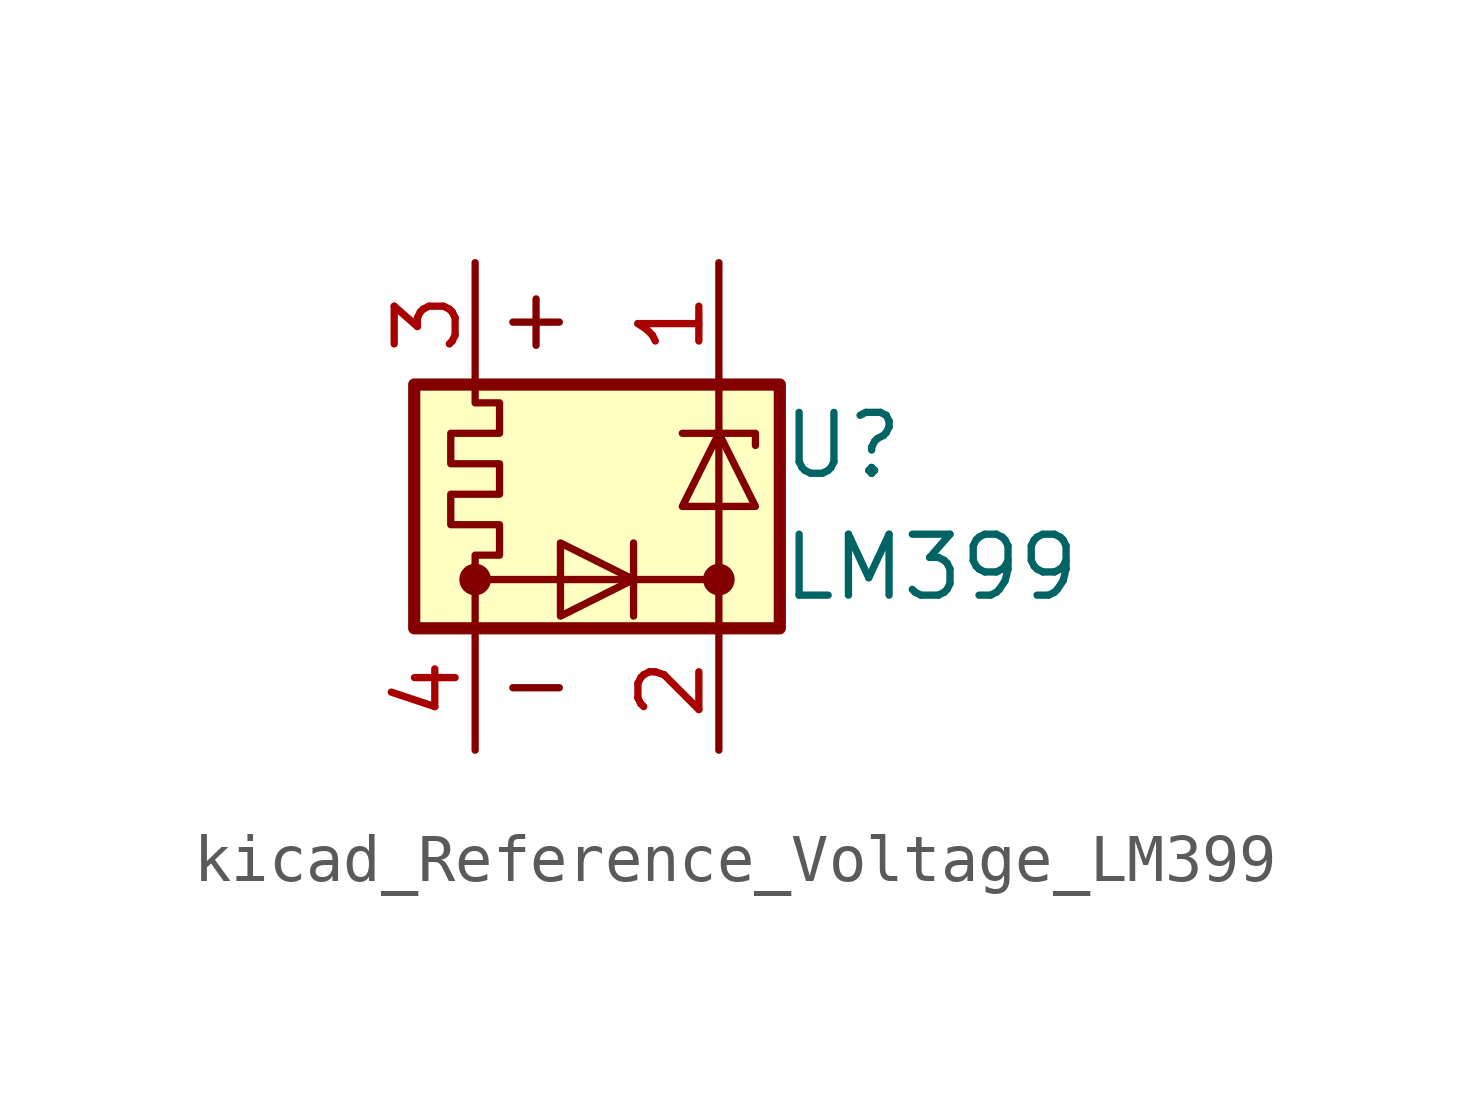
<source format=kicad_sym>
(kicad_symbol_lib
  (version 20220914)
  (generator kicad_symbol_editor)
  (symbol "kicad_Reference_Voltage_LM399"
    (pin_names
      (offset 1.016) hide)
    (property "Reference" "U"
      (at 3.81 1.27 0)
      (effects (font (size 1.27 1.27)) (justify left)))
    (property "Value" "LM399"
      (at 3.81 -1.27 0)
      (effects (font (size 1.27 1.27)) (justify left)))
    (symbol "kicad_Reference_Voltage_LM399_0_0"
      (text "+" (at -1.27 3.937 0) (effects (font (size 1.27 1.27)))))
    (symbol "kicad_Reference_Voltage_LM399_0_1"
      (rectangle (start -3.81 2.54) (end 3.81 -2.54) (stroke (width 0.254) (type default)) (fill (type background)))
      (circle (center -2.54 -1.524) (radius 0.254) (stroke (width 0) (type default)) (fill (type outline)))
      (polyline (pts (xy -2.54 -2.54) (xy -2.54 -1.016) (xy -2.032 -1.016) (xy -2.032 -0.381) (xy -3.048 -0.381) (xy -3.048 0.254) (xy -2.032 0.254) (xy -2.032 0.889) (xy -3.048 0.889) (xy -3.048 1.524) (xy -2.032 1.524) (xy -2.032 2.159) (xy -2.54 2.159) (xy -2.54 2.54)) (stroke (width 0) (type default)) (fill (type none)))
      (circle (center 2.54 -1.524) (radius 0.254) (stroke (width 0) (type default)) (fill (type outline))))
    (symbol "kicad_Reference_Voltage_LM399_1_1"
      (polyline (pts (xy 2.54 -1.524) (xy -2.54 -1.524)) (stroke (width 0) (type default)) (fill (type none)))
      (polyline (pts (xy 2.54 2.54) (xy 2.54 -2.54)) (stroke (width 0) (type default)) (fill (type none)))
      (polyline (pts (xy 0.762 -0.762) (xy 0.762 -1.524) (xy 0.762 -2.286)) (stroke (width 0) (type default)) (fill (type none)))
      (polyline (pts (xy 1.778 1.524) (xy 3.302 1.524) (xy 3.302 1.27)) (stroke (width 0) (type default)) (fill (type none)))
      (polyline (pts (xy -0.762 -0.762) (xy -0.762 -2.286) (xy 0.762 -1.524) (xy -0.762 -0.762)) (stroke (width 0) (type default)) (fill (type none)))
      (polyline (pts (xy 1.778 0) (xy 3.302 0) (xy 2.54 1.524) (xy 1.778 0)) (stroke (width 0) (type default)) (fill (type none)))
      (text "-" (at -1.27 -3.683 0) (effects (font (size 1.27 1.27))))
      (pin passive line (at 2.54 5.08 270) (length 2.54) (name "~" (effects (font (size 1.27 1.27)))) (number "1" (effects (font (size 1.27 1.27)))))
      (pin passive line (at 2.54 -5.08 90) (length 2.54) (name "~" (effects (font (size 1.27 1.27)))) (number "2" (effects (font (size 1.27 1.27)))))
      (pin power_in line (at -2.54 5.08 270) (length 2.54) (name "~" (effects (font (size 1.27 1.27)))) (number "3" (effects (font (size 1.27 1.27)))))
      (pin power_in line (at -2.54 -5.08 90) (length 2.54) (name "~" (effects (font (size 1.27 1.27)))) (number "4" (effects (font (size 1.27 1.27))))))))
</source>
